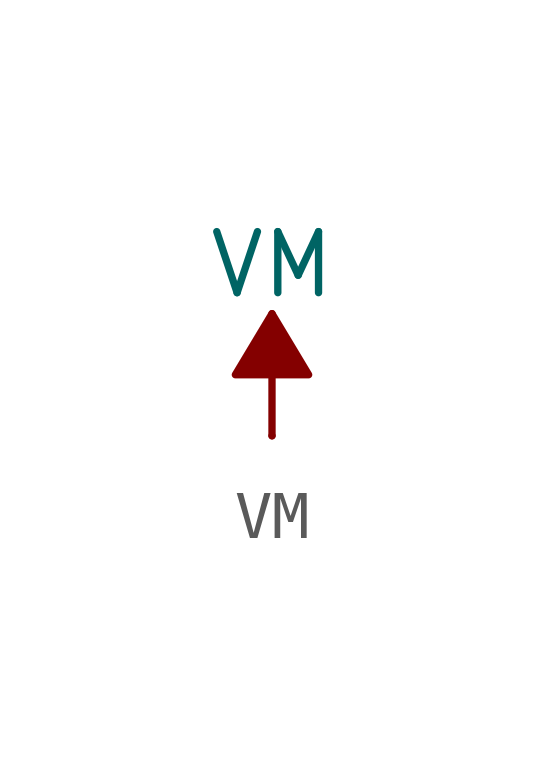
<source format=kicad_sym>
(kicad_symbol_lib
  (version 20241209)
  (generator "kicad_symbol_editor")
  (generator_version "9.0")
  (symbol "VM"
    (power)
    (pin_numbers
      (hide yes))
    (pin_names
      (offset 0)
      (hide yes))
    (property "Reference" "#PWR"
      (at 0 -3.81 0)
      (effects (font (size 1.27 1.27)) (hide yes)))
    (property "Value" "VM"
      (at 0 3.556 0)
      (effects (font (size 1.27 1.27))))
    (symbol "VM_0_1"
      (polyline (pts (xy 0 0) (xy 0 2.54)) (stroke (width 0) (type default)) (fill (type none)))
      (polyline (pts (xy 0.762 1.27) (xy -0.762 1.27) (xy 0 2.54) (xy 0.762 1.27)) (stroke (width 0) (type default)) (fill (type outline))))
    (symbol "VM_1_1"
      (pin power_in line (at 0 0 90) (length 0) (name "~" (effects (font (size 1.27 1.27)))) (number "1" (effects (font (size 1.27 1.27))))))))
</source>
